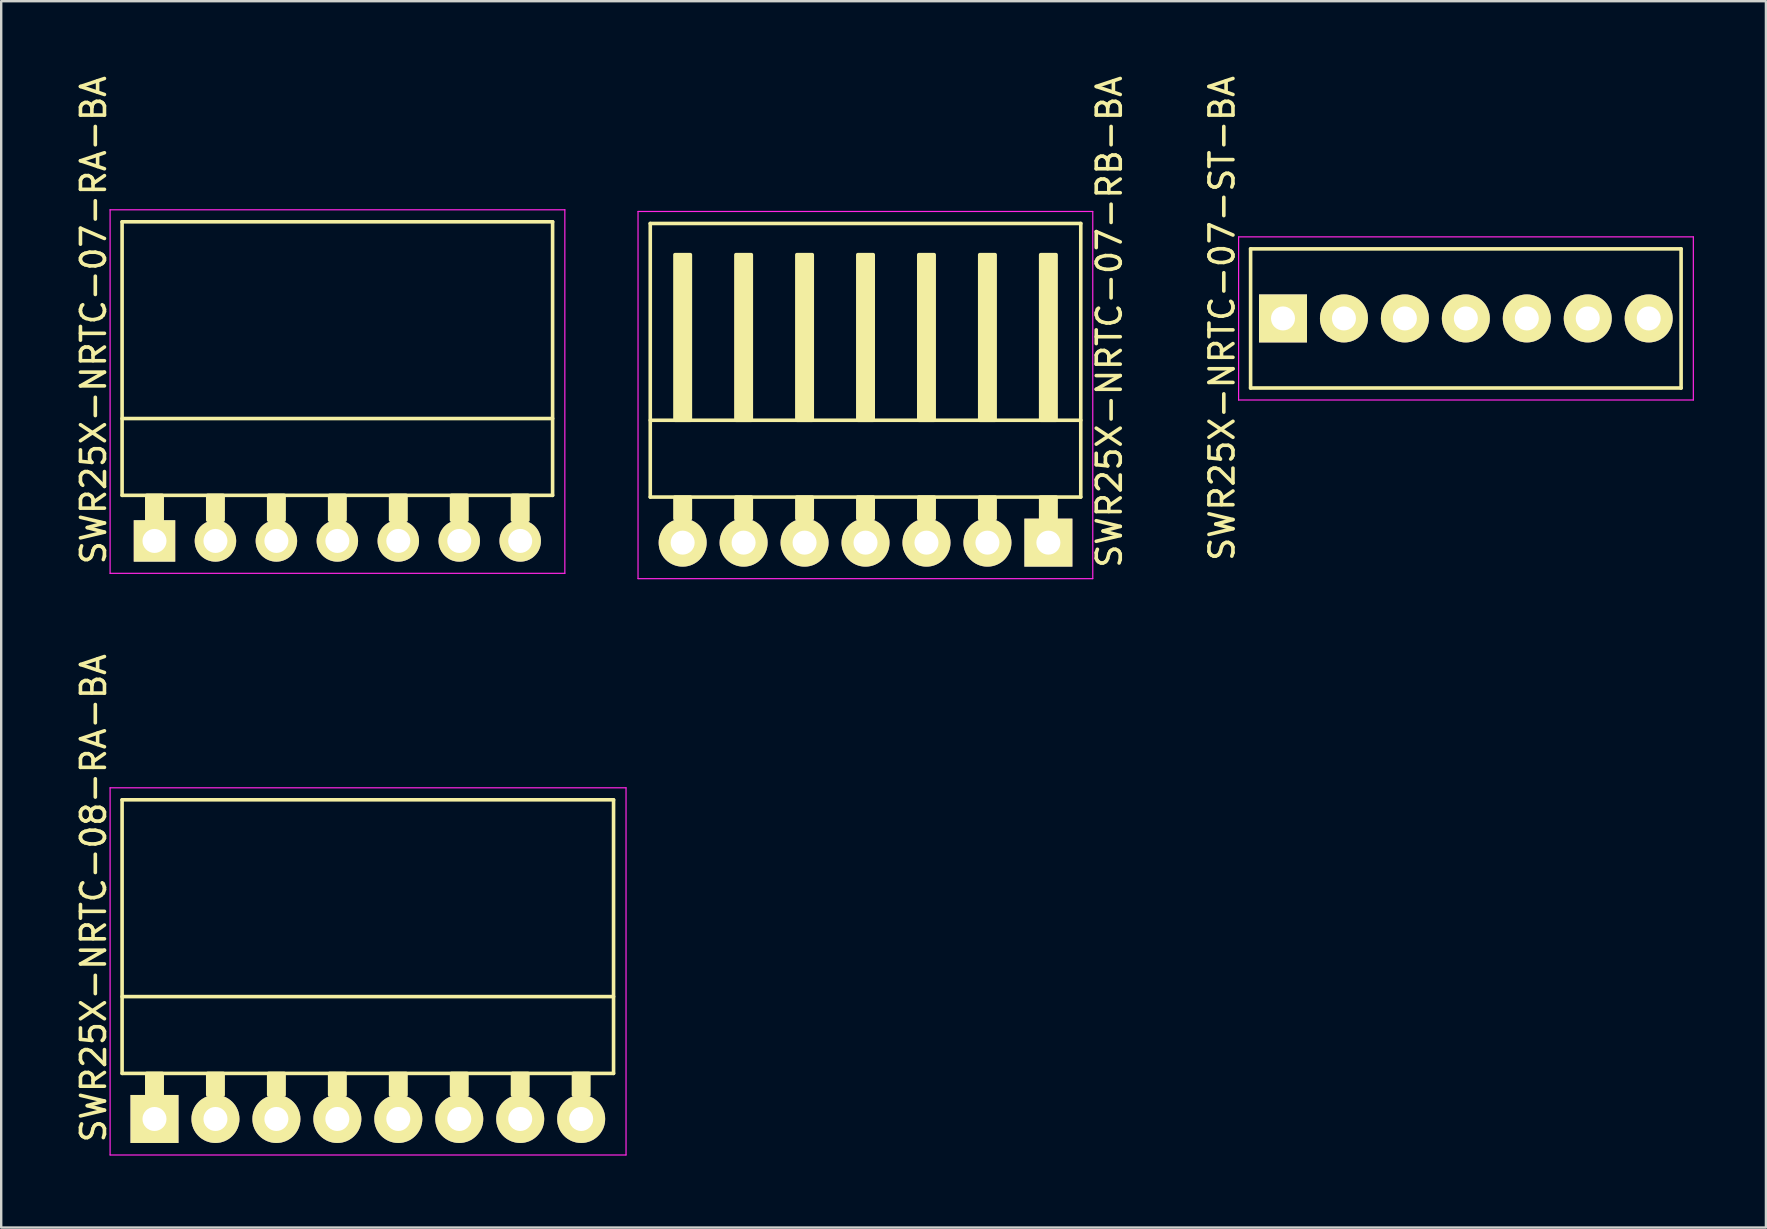
<source format=kicad_pcb>
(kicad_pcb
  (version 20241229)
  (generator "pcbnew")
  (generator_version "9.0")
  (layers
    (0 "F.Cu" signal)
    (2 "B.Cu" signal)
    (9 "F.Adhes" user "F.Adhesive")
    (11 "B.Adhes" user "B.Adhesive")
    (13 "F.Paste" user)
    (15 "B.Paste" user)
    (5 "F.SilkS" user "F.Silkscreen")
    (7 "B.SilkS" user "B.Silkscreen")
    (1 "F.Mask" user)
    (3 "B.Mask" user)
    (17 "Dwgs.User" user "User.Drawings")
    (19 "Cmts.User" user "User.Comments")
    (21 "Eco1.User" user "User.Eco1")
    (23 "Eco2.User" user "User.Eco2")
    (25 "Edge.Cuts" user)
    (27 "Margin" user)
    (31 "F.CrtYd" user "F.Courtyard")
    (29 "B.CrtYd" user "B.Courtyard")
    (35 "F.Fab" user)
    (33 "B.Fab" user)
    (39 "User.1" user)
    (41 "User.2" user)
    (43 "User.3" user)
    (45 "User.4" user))
  (footprint "SWR25X-NRTC-07-RB-BA"
    (layer "F.Cu")
    (at 40.638 19.563)
    (property "Reference" "SWR25X-NRTC-07-RB-BA" (at 2.54 -9.2 270) (layer "F.SilkS") (effects (font (size 1 1) (thickness 0.15))))
    (attr through_hole)
    (fp_line (start -16.59 -13.3) (end -16.59 -1.9) (stroke (width 0.15) (type solid)) (layer "F.SilkS"))
    (fp_line (start 1.35 -13.3) (end -16.59 -13.3) (stroke (width 0.15) (type solid)) (layer "F.SilkS"))
    (fp_line (start 1.35 -13.3) (end 1.35 -1.9) (stroke (width 0.15) (type solid)) (layer "F.SilkS"))
    (fp_line (start 1.35 -5.1) (end -16.59 -5.1) (stroke (width 0.15) (type solid)) (layer "F.SilkS"))
    (fp_line (start 1.35 -1.9) (end -16.59 -1.9) (stroke (width 0.15) (type solid)) (layer "F.SilkS"))
    (fp_poly (pts (xy -14.92 -5.1) (xy -15.56 -5.1) (xy -15.56 -12) (xy -14.92 -12)) (stroke (width 0.15) (type solid)) (fill yes) (layer "F.SilkS"))
    (fp_poly (pts (xy -14.92 -1.9) (xy -15.56 -1.9) (xy -15.56 -1) (xy -14.92 -1)) (stroke (width 0.15) (type solid)) (fill yes) (layer "F.SilkS"))
    (fp_poly (pts (xy -12.38 -5.1) (xy -13.02 -5.1) (xy -13.02 -12) (xy -12.38 -12)) (stroke (width 0.15) (type solid)) (fill yes) (layer "F.SilkS"))
    (fp_poly (pts (xy -12.38 -1.9) (xy -13.02 -1.9) (xy -13.02 -1) (xy -12.38 -1)) (stroke (width 0.15) (type solid)) (fill yes) (layer "F.SilkS"))
    (fp_poly (pts (xy -9.84 -5.1) (xy -10.48 -5.1) (xy -10.48 -12) (xy -9.84 -12)) (stroke (width 0.15) (type solid)) (fill yes) (layer "F.SilkS"))
    (fp_poly (pts (xy -9.84 -1.9) (xy -10.48 -1.9) (xy -10.48 -1) (xy -9.84 -1)) (stroke (width 0.15) (type solid)) (fill yes) (layer "F.SilkS"))
    (fp_poly (pts (xy -7.3 -5.1) (xy -7.94 -5.1) (xy -7.94 -12) (xy -7.3 -12)) (stroke (width 0.15) (type solid)) (fill yes) (layer "F.SilkS"))
    (fp_poly (pts (xy -7.3 -1.9) (xy -7.94 -1.9) (xy -7.94 -1) (xy -7.3 -1)) (stroke (width 0.15) (type solid)) (fill yes) (layer "F.SilkS"))
    (fp_poly (pts (xy -4.76 -5.1) (xy -5.4 -5.1) (xy -5.4 -12) (xy -4.76 -12)) (stroke (width 0.15) (type solid)) (fill yes) (layer "F.SilkS"))
    (fp_poly (pts (xy -4.76 -1.9) (xy -5.4 -1.9) (xy -5.4 -1) (xy -4.76 -1)) (stroke (width 0.15) (type solid)) (fill yes) (layer "F.SilkS"))
    (fp_poly (pts (xy -2.22 -5.1) (xy -2.86 -5.1) (xy -2.86 -12) (xy -2.22 -12)) (stroke (width 0.15) (type solid)) (fill yes) (layer "F.SilkS"))
    (fp_poly (pts (xy -2.22 -1.9) (xy -2.86 -1.9) (xy -2.86 -1) (xy -2.22 -1)) (stroke (width 0.15) (type solid)) (fill yes) (layer "F.SilkS"))
    (fp_poly (pts (xy 0.32 -5.1) (xy -0.32 -5.1) (xy -0.32 -12) (xy 0.32 -12)) (stroke (width 0.15) (type solid)) (fill yes) (layer "F.SilkS"))
    (fp_poly (pts (xy 0.32 -1.9) (xy -0.32 -1.9) (xy -0.32 -1) (xy 0.32 -1)) (stroke (width 0.15) (type solid)) (fill yes) (layer "F.SilkS"))
    (fp_line (start -17.1 -13.8) (end -17.1 1.5) (stroke (width 0.05) (type solid)) (layer "F.CrtYd"))
    (fp_line (start 1.85 -13.8) (end -17.1 -13.8) (stroke (width 0.05) (type solid)) (layer "F.CrtYd"))
    (fp_line (start 1.85 -13.8) (end 1.85 1.5) (stroke (width 0.05) (type solid)) (layer "F.CrtYd"))
    (fp_line (start 1.85 1.5) (end -17.1 1.5) (stroke (width 0.05) (type solid)) (layer "F.CrtYd"))
    (pad "1" thru_hole rect (at 0 0) (size 2 2) (drill 1) (layers "*.Cu" "*.Mask" "F.SilkS"))
    (pad "2" thru_hole circle (at -2.54 0) (size 2 2) (drill 1) (layers "*.Cu" "*.Mask" "F.SilkS"))
    (pad "3" thru_hole circle (at -5.08 0) (size 2 2) (drill 1) (layers "*.Cu" "*.Mask" "F.SilkS"))
    (pad "4" thru_hole circle (at -7.62 0) (size 2 2) (drill 1) (layers "*.Cu" "*.Mask" "F.SilkS"))
    (pad "5" thru_hole circle (at -10.16 0) (size 2 2) (drill 1) (layers "*.Cu" "*.Mask" "F.SilkS"))
    (pad "6" thru_hole circle (at -12.7 0) (size 2 2) (drill 1) (layers "*.Cu" "*.Mask" "F.SilkS"))
    (pad "7" thru_hole circle (at -15.24 0) (size 2 2) (drill 1) (layers "*.Cu" "*.Mask" "F.SilkS")))
  (footprint "SWR25X-NRTC-07-RA-BA"
    (layer "F.Cu")
    (at 3.388 19.492)
    (property "Reference" "SWR25X-NRTC-07-RA-BA" (at -2.54 -9.2 270) (layer "F.SilkS") (effects (font (size 1 1) (thickness 0.15))))
    (attr through_hole)
    (fp_line (start -1.35 -13.3) (end -1.35 -1.9) (stroke (width 0.15) (type solid)) (layer "F.SilkS"))
    (fp_line (start -1.35 -13.3) (end 16.59 -13.3) (stroke (width 0.15) (type solid)) (layer "F.SilkS"))
    (fp_line (start -1.35 -5.1) (end 16.59 -5.1) (stroke (width 0.15) (type solid)) (layer "F.SilkS"))
    (fp_line (start -1.35 -1.9) (end 16.59 -1.9) (stroke (width 0.15) (type solid)) (layer "F.SilkS"))
    (fp_line (start 16.59 -13.3) (end 16.59 -1.9) (stroke (width 0.15) (type solid)) (layer "F.SilkS"))
    (fp_poly (pts (xy 0.32 -1.9) (xy -0.32 -1.9) (xy -0.32 -0.864) (xy 0.32 -0.864)) (stroke (width 0.15) (type solid)) (fill yes) (layer "F.SilkS"))
    (fp_poly (pts (xy 2.86 -1.9) (xy 2.22 -1.9) (xy 2.22 -0.864) (xy 2.86 -0.864)) (stroke (width 0.15) (type solid)) (fill yes) (layer "F.SilkS"))
    (fp_poly (pts (xy 5.4 -1.9) (xy 4.76 -1.9) (xy 4.76 -0.864) (xy 5.4 -0.864)) (stroke (width 0.15) (type solid)) (fill yes) (layer "F.SilkS"))
    (fp_poly (pts (xy 7.94 -1.9) (xy 7.3 -1.9) (xy 7.3 -0.864) (xy 7.94 -0.864)) (stroke (width 0.15) (type solid)) (fill yes) (layer "F.SilkS"))
    (fp_poly (pts (xy 10.48 -1.9) (xy 9.84 -1.9) (xy 9.84 -0.864) (xy 10.48 -0.864)) (stroke (width 0.15) (type solid)) (fill yes) (layer "F.SilkS"))
    (fp_poly (pts (xy 13.02 -1.9) (xy 12.38 -1.9) (xy 12.38 -0.864) (xy 13.02 -0.864)) (stroke (width 0.15) (type solid)) (fill yes) (layer "F.SilkS"))
    (fp_poly (pts (xy 15.56 -1.9) (xy 14.92 -1.9) (xy 14.92 -0.864) (xy 15.56 -0.864)) (stroke (width 0.15) (type solid)) (fill yes) (layer "F.SilkS"))
    (fp_line (start -1.85 -13.8) (end -1.85 1.35) (stroke (width 0.05) (type solid)) (layer "F.CrtYd"))
    (fp_line (start -1.85 -13.8) (end 17.1 -13.8) (stroke (width 0.05) (type solid)) (layer "F.CrtYd"))
    (fp_line (start -1.85 1.35) (end 17.1 1.35) (stroke (width 0.05) (type solid)) (layer "F.CrtYd"))
    (fp_line (start 17.1 -13.8) (end 17.1 1.35) (stroke (width 0.05) (type solid)) (layer "F.CrtYd"))
    (pad "1" thru_hole rect (at 0 0) (size 1.727 1.727) (drill 1) (layers "*.Cu" "*.Mask" "F.SilkS"))
    (pad "2" thru_hole circle (at 2.54 0) (size 1.727 1.727) (drill 1) (layers "*.Cu" "*.Mask" "F.SilkS"))
    (pad "3" thru_hole circle (at 5.08 0) (size 1.727 1.727) (drill 1) (layers "*.Cu" "*.Mask" "F.SilkS"))
    (pad "4" thru_hole circle (at 7.62 0) (size 1.727 1.727) (drill 1) (layers "*.Cu" "*.Mask" "F.SilkS"))
    (pad "5" thru_hole circle (at 10.16 0) (size 1.727 1.727) (drill 1) (layers "*.Cu" "*.Mask" "F.SilkS"))
    (pad "6" thru_hole circle (at 12.7 0) (size 1.727 1.727) (drill 1) (layers "*.Cu" "*.Mask" "F.SilkS"))
    (pad "7" thru_hole circle (at 15.24 0) (size 1.727 1.727) (drill 1) (layers "*.Cu" "*.Mask" "F.SilkS")))
  (footprint "SWR25X-NRTC-07-ST-BA"
    (layer "F.Cu")
    (at 50.415 10.22)
    (property "Reference" "SWR25X-NRTC-07-ST-BA" (at -2.54 0 270) (layer "F.SilkS") (effects (font (size 1 1) (thickness 0.15))))
    (attr through_hole)
    (fp_line (start -1.35 -2.9) (end 16.59 -2.9) (stroke (width 0.15) (type solid)) (layer "F.SilkS"))
    (fp_line (start -1.35 2.9) (end -1.35 -2.9) (stroke (width 0.15) (type solid)) (layer "F.SilkS"))
    (fp_line (start -1.35 2.9) (end 16.59 2.9) (stroke (width 0.15) (type solid)) (layer "F.SilkS"))
    (fp_line (start 16.59 2.9) (end 16.59 -2.9) (stroke (width 0.15) (type solid)) (layer "F.SilkS"))
    (fp_line (start -1.85 -3.4) (end 17.1 -3.4) (stroke (width 0.05) (type solid)) (layer "F.CrtYd"))
    (fp_line (start -1.85 3.4) (end -1.85 -3.4) (stroke (width 0.05) (type solid)) (layer "F.CrtYd"))
    (fp_line (start -1.85 3.4) (end 17.1 3.4) (stroke (width 0.05) (type solid)) (layer "F.CrtYd"))
    (fp_line (start 17.1 3.4) (end 17.1 -3.4) (stroke (width 0.05) (type solid)) (layer "F.CrtYd"))
    (pad "1" thru_hole rect (at 0 0) (size 2 2) (drill 1) (layers "*.Cu" "*.Mask" "F.SilkS"))
    (pad "2" thru_hole circle (at 2.54 0) (size 2 2) (drill 1) (layers "*.Cu" "*.Mask" "F.SilkS"))
    (pad "3" thru_hole circle (at 5.08 0) (size 2 2) (drill 1) (layers "*.Cu" "*.Mask" "F.SilkS"))
    (pad "4" thru_hole circle (at 7.62 0) (size 2 2) (drill 1) (layers "*.Cu" "*.Mask" "F.SilkS"))
    (pad "5" thru_hole circle (at 10.16 0) (size 2 2) (drill 1) (layers "*.Cu" "*.Mask" "F.SilkS"))
    (pad "6" thru_hole circle (at 12.7 0) (size 2 2) (drill 1) (layers "*.Cu" "*.Mask" "F.SilkS"))
    (pad "7" thru_hole circle (at 15.24 0) (size 2 2) (drill 1) (layers "*.Cu" "*.Mask" "F.SilkS")))
  (footprint "SWR25X-NRTC-08-RA-BA"
    (layer "F.Cu")
    (at 3.388 43.58)
    (property "Reference" "SWR25X-NRTC-08-RA-BA" (at -2.54 -9.2 270) (layer "F.SilkS") (effects (font (size 1 1) (thickness 0.15))))
    (attr through_hole)
    (fp_line (start -1.35 -13.3) (end -1.35 -1.9) (stroke (width 0.15) (type solid)) (layer "F.SilkS"))
    (fp_line (start -1.35 -13.3) (end 19.13 -13.3) (stroke (width 0.15) (type solid)) (layer "F.SilkS"))
    (fp_line (start -1.35 -5.1) (end 19.13 -5.1) (stroke (width 0.15) (type solid)) (layer "F.SilkS"))
    (fp_line (start -1.35 -1.9) (end 19.13 -1.9) (stroke (width 0.15) (type solid)) (layer "F.SilkS"))
    (fp_line (start 19.13 -13.3) (end 19.13 -1.9) (stroke (width 0.15) (type solid)) (layer "F.SilkS"))
    (fp_poly (pts (xy 0.32 -1.9) (xy -0.32 -1.9) (xy -0.32 -1) (xy 0.32 -1)) (stroke (width 0.15) (type solid)) (fill yes) (layer "F.SilkS"))
    (fp_poly (pts (xy 2.86 -1.9) (xy 2.22 -1.9) (xy 2.22 -1) (xy 2.86 -1)) (stroke (width 0.15) (type solid)) (fill yes) (layer "F.SilkS"))
    (fp_poly (pts (xy 5.4 -1.9) (xy 4.76 -1.9) (xy 4.76 -1) (xy 5.4 -1)) (stroke (width 0.15) (type solid)) (fill yes) (layer "F.SilkS"))
    (fp_poly (pts (xy 7.94 -1.9) (xy 7.3 -1.9) (xy 7.3 -1) (xy 7.94 -1)) (stroke (width 0.15) (type solid)) (fill yes) (layer "F.SilkS"))
    (fp_poly (pts (xy 10.48 -1.9) (xy 9.84 -1.9) (xy 9.84 -1) (xy 10.48 -1)) (stroke (width 0.15) (type solid)) (fill yes) (layer "F.SilkS"))
    (fp_poly (pts (xy 13.02 -1.9) (xy 12.38 -1.9) (xy 12.38 -1) (xy 13.02 -1)) (stroke (width 0.15) (type solid)) (fill yes) (layer "F.SilkS"))
    (fp_poly (pts (xy 15.56 -1.9) (xy 14.92 -1.9) (xy 14.92 -1) (xy 15.56 -1)) (stroke (width 0.15) (type solid)) (fill yes) (layer "F.SilkS"))
    (fp_poly (pts (xy 18.1 -1.9) (xy 17.46 -1.9) (xy 17.46 -1) (xy 18.1 -1)) (stroke (width 0.15) (type solid)) (fill yes) (layer "F.SilkS"))
    (fp_line (start -1.85 -13.8) (end -1.85 1.5) (stroke (width 0.05) (type solid)) (layer "F.CrtYd"))
    (fp_line (start -1.85 -13.8) (end 19.65 -13.8) (stroke (width 0.05) (type solid)) (layer "F.CrtYd"))
    (fp_line (start -1.85 1.5) (end 19.65 1.5) (stroke (width 0.05) (type solid)) (layer "F.CrtYd"))
    (fp_line (start 19.65 -13.8) (end 19.65 1.5) (stroke (width 0.05) (type solid)) (layer "F.CrtYd"))
    (pad "1" thru_hole rect (at 0 0) (size 2 2) (drill 1) (layers "*.Cu" "*.Mask" "F.SilkS"))
    (pad "2" thru_hole circle (at 2.54 0) (size 2 2) (drill 1) (layers "*.Cu" "*.Mask" "F.SilkS"))
    (pad "3" thru_hole circle (at 5.08 0) (size 2 2) (drill 1) (layers "*.Cu" "*.Mask" "F.SilkS"))
    (pad "4" thru_hole circle (at 7.62 0) (size 2 2) (drill 1) (layers "*.Cu" "*.Mask" "F.SilkS"))
    (pad "5" thru_hole circle (at 10.16 0) (size 2 2) (drill 1) (layers "*.Cu" "*.Mask" "F.SilkS"))
    (pad "6" thru_hole circle (at 12.7 0) (size 2 2) (drill 1) (layers "*.Cu" "*.Mask" "F.SilkS"))
    (pad "7" thru_hole circle (at 15.24 0) (size 2 2) (drill 1) (layers "*.Cu" "*.Mask" "F.SilkS"))
    (pad "8" thru_hole circle (at 17.78 0) (size 2 2) (drill 1) (layers "*.Cu" "*.Mask" "F.SilkS")))
  (gr_rect
    (start -3 -3)
    (end 70.54 48.105)
    (stroke (width 0.1) (type default))
    (fill no)
    (layer "Edge.Cuts")))
</source>
